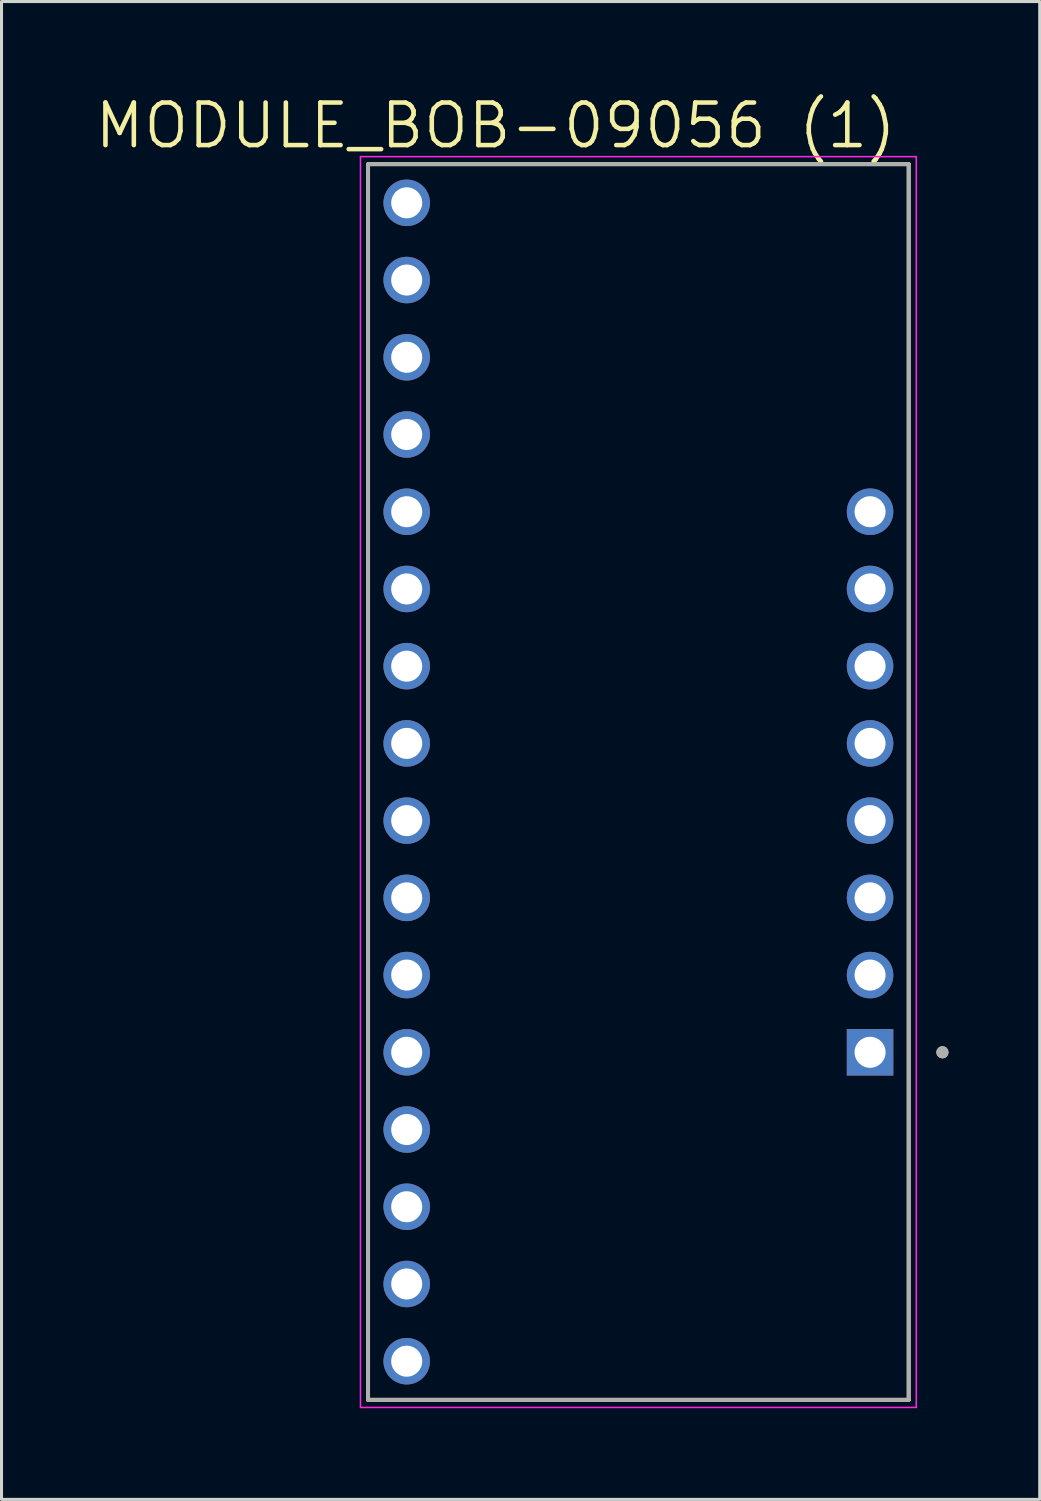
<source format=kicad_pcb>
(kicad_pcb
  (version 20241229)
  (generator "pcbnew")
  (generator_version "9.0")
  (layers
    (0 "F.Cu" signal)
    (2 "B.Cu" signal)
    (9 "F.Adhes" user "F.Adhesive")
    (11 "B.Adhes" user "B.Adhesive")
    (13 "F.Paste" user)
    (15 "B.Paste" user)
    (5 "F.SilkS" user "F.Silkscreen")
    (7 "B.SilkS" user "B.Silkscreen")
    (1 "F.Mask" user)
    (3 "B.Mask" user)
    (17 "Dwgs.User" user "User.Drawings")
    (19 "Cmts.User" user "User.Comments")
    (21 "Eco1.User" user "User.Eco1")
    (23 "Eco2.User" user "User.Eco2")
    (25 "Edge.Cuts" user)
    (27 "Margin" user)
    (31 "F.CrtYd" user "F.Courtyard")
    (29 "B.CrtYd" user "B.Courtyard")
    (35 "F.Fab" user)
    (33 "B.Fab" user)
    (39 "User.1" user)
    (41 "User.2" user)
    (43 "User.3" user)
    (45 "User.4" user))
  (footprint "MODULE_BOB-09056 (1)"
    (layer "F.Cu")
    (at 17.947 22.671)
    (property "Reference" "MODULE_BOB-09056 (1)" (at -4.695 -21.589 0) (layer "F.SilkS") (effects (font (size 1.4 1.4) (thickness 0.15))))
    (attr through_hole)
    (fp_line (start -8.89 -20.32) (end -8.89 20.32) (stroke (width 0.127) (type solid)) (layer "F.SilkS"))
    (fp_line (start -8.89 20.32) (end 8.89 20.32) (stroke (width 0.127) (type solid)) (layer "F.SilkS"))
    (fp_line (start 8.89 -20.32) (end -8.89 -20.32) (stroke (width 0.127) (type solid)) (layer "F.SilkS"))
    (fp_line (start 8.89 20.32) (end 8.89 -20.32) (stroke (width 0.127) (type solid)) (layer "F.SilkS"))
    (fp_circle (center 10 8.89) (end 10.1 8.89) (stroke (width 0.2) (type solid)) (fill no) (layer "F.SilkS"))
    (fp_line (start -9.14 -20.57) (end -9.14 20.57) (stroke (width 0.05) (type solid)) (layer "F.CrtYd"))
    (fp_line (start -9.14 20.57) (end 9.14 20.57) (stroke (width 0.05) (type solid)) (layer "F.CrtYd"))
    (fp_line (start 9.14 -20.57) (end -9.14 -20.57) (stroke (width 0.05) (type solid)) (layer "F.CrtYd"))
    (fp_line (start 9.14 20.57) (end 9.14 -20.57) (stroke (width 0.05) (type solid)) (layer "F.CrtYd"))
    (fp_line (start -8.89 -20.32) (end -8.89 20.32) (stroke (width 0.127) (type solid)) (layer "F.Fab"))
    (fp_line (start -8.89 20.32) (end 8.89 20.32) (stroke (width 0.127) (type solid)) (layer "F.Fab"))
    (fp_line (start 8.89 -20.32) (end -8.89 -20.32) (stroke (width 0.127) (type solid)) (layer "F.Fab"))
    (fp_line (start 8.89 20.32) (end 8.89 -20.32) (stroke (width 0.127) (type solid)) (layer "F.Fab"))
    (fp_circle (center 10 8.89) (end 10.1 8.89) (stroke (width 0.2) (type solid)) (fill no) (layer "F.Fab"))
    (pad "JP1-1" thru_hole circle (at -7.62 19.05) (size 1.53 1.53) (drill 1.02) (layers "*.Cu" "*.Mask"))
    (pad "JP1-2" thru_hole circle (at -7.62 16.51) (size 1.53 1.53) (drill 1.02) (layers "*.Cu" "*.Mask"))
    (pad "JP1-3" thru_hole circle (at -7.62 13.97) (size 1.53 1.53) (drill 1.02) (layers "*.Cu" "*.Mask"))
    (pad "JP1-4" thru_hole circle (at -7.62 11.43) (size 1.53 1.53) (drill 1.02) (layers "*.Cu" "*.Mask"))
    (pad "JP1-5" thru_hole circle (at -7.62 8.89) (size 1.53 1.53) (drill 1.02) (layers "*.Cu" "*.Mask"))
    (pad "JP1-6" thru_hole circle (at -7.62 6.35) (size 1.53 1.53) (drill 1.02) (layers "*.Cu" "*.Mask"))
    (pad "JP1-7" thru_hole circle (at -7.62 3.81) (size 1.53 1.53) (drill 1.02) (layers "*.Cu" "*.Mask"))
    (pad "JP1-8" thru_hole circle (at -7.62 1.27) (size 1.53 1.53) (drill 1.02) (layers "*.Cu" "*.Mask"))
    (pad "JP1-9" thru_hole circle (at -7.62 -1.27) (size 1.53 1.53) (drill 1.02) (layers "*.Cu" "*.Mask"))
    (pad "JP1-10" thru_hole circle (at -7.62 -3.81) (size 1.53 1.53) (drill 1.02) (layers "*.Cu" "*.Mask"))
    (pad "JP1-11" thru_hole circle (at -7.62 -6.35) (size 1.53 1.53) (drill 1.02) (layers "*.Cu" "*.Mask"))
    (pad "JP1-12" thru_hole circle (at -7.62 -8.89) (size 1.53 1.53) (drill 1.02) (layers "*.Cu" "*.Mask"))
    (pad "JP1-13" thru_hole circle (at -7.62 -11.43) (size 1.53 1.53) (drill 1.02) (layers "*.Cu" "*.Mask"))
    (pad "JP1-14" thru_hole circle (at -7.62 -13.97) (size 1.53 1.53) (drill 1.02) (layers "*.Cu" "*.Mask"))
    (pad "JP1-15" thru_hole circle (at -7.62 -16.51) (size 1.53 1.53) (drill 1.02) (layers "*.Cu" "*.Mask"))
    (pad "JP1-16" thru_hole circle (at -7.62 -19.05) (size 1.53 1.53) (drill 1.02) (layers "*.Cu" "*.Mask"))
    (pad "JP3-1" thru_hole rect (at 7.62 8.89) (size 1.53 1.53) (drill 1.02) (layers "*.Cu" "*.Mask"))
    (pad "JP3-2" thru_hole circle (at 7.62 6.35) (size 1.53 1.53) (drill 1.02) (layers "*.Cu" "*.Mask"))
    (pad "JP3-3" thru_hole circle (at 7.62 3.81) (size 1.53 1.53) (drill 1.02) (layers "*.Cu" "*.Mask"))
    (pad "JP3-4" thru_hole circle (at 7.62 1.27) (size 1.53 1.53) (drill 1.02) (layers "*.Cu" "*.Mask"))
    (pad "JP3-5" thru_hole circle (at 7.62 -1.27) (size 1.53 1.53) (drill 1.02) (layers "*.Cu" "*.Mask"))
    (pad "JP3-6" thru_hole circle (at 7.62 -3.81) (size 1.53 1.53) (drill 1.02) (layers "*.Cu" "*.Mask"))
    (pad "JP3-7" thru_hole circle (at 7.62 -6.35) (size 1.53 1.53) (drill 1.02) (layers "*.Cu" "*.Mask"))
    (pad "JP3-8" thru_hole circle (at 7.62 -8.89) (size 1.53 1.53) (drill 1.02) (layers "*.Cu" "*.Mask")))
  (gr_rect
    (start -3 -3)
    (end 31.147 46.266)
    (stroke (width 0.1) (type default))
    (fill no)
    (layer "Edge.Cuts")))
</source>
